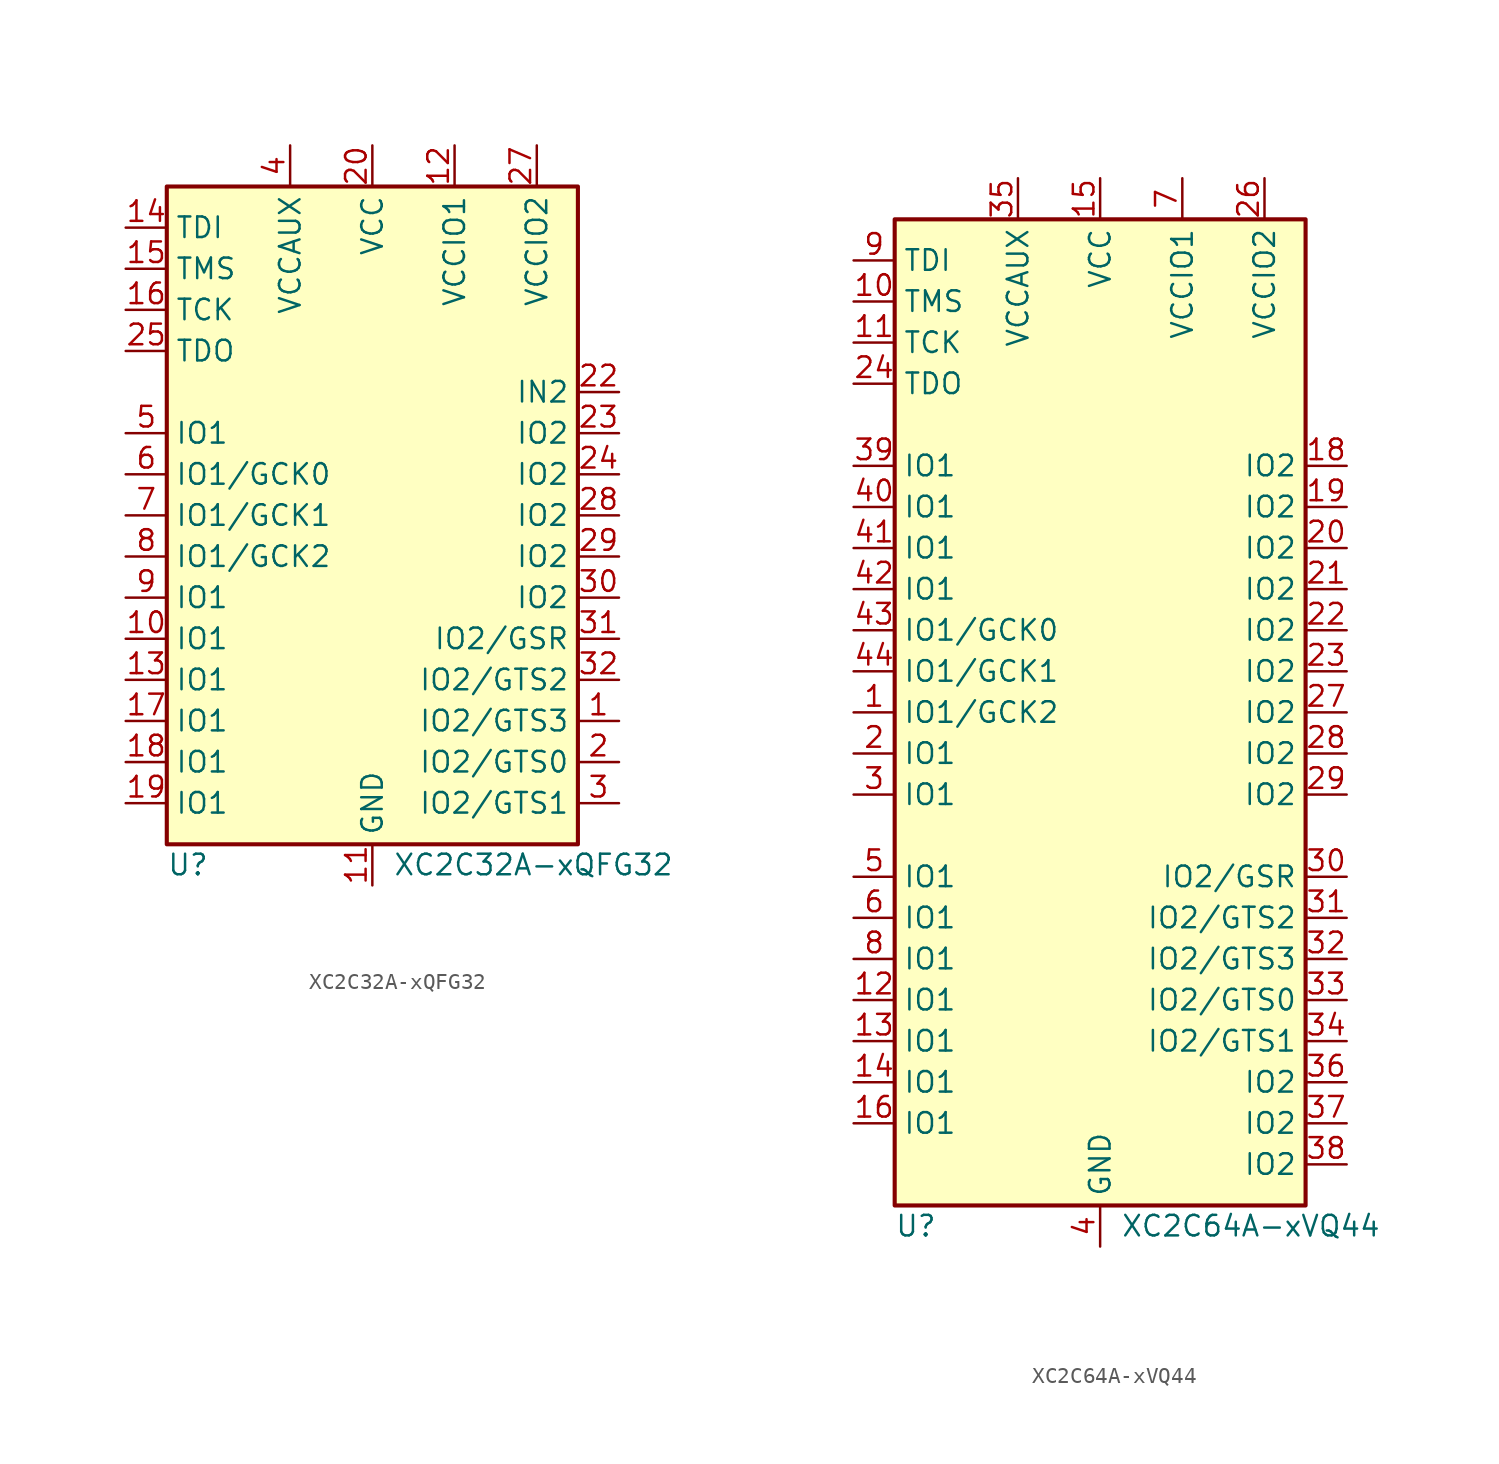
<source format=kicad_sym>
(kicad_symbol_lib
  (version 20241209)
  (generator "kicad_symbol_editor")
  (generator_version "9.0")
  (symbol "XC2C32A-xQFG32"
    (property "Reference" "U"
      (at -12.7 -21.59 0)
      (effects (font (size 1.27 1.27)) (justify left)))
    (property "Value" "XC2C32A-xQFG32"
      (at 1.27 -21.59 0)
      (effects (font (size 1.27 1.27)) (justify left)))
    (symbol "XC2C32A-xQFG32_0_1"
      (rectangle (start -12.7 20.32) (end 12.7 -20.32) (stroke (width 0.254) (type default)) (fill (type background))))
    (symbol "XC2C32A-xQFG32_1_1"
      (pin input line (at -15.24 17.78 0) (length 2.54) (name "TDI" (effects (font (size 1.27 1.27)))) (number "14" (effects (font (size 1.27 1.27)))))
      (pin input line (at -15.24 15.24 0) (length 2.54) (name "TMS" (effects (font (size 1.27 1.27)))) (number "15" (effects (font (size 1.27 1.27)))))
      (pin input line (at -15.24 12.7 0) (length 2.54) (name "TCK" (effects (font (size 1.27 1.27)))) (number "16" (effects (font (size 1.27 1.27)))))
      (pin output line (at -15.24 10.16 0) (length 2.54) (name "TDO" (effects (font (size 1.27 1.27)))) (number "25" (effects (font (size 1.27 1.27)))))
      (pin bidirectional line (at -15.24 5.08 0) (length 2.54) (name "IO1" (effects (font (size 1.27 1.27)))) (number "5" (effects (font (size 1.27 1.27)))))
      (pin bidirectional line (at -15.24 2.54 0) (length 2.54) (name "IO1/GCK0" (effects (font (size 1.27 1.27)))) (number "6" (effects (font (size 1.27 1.27)))))
      (pin bidirectional line (at -15.24 0 0) (length 2.54) (name "IO1/GCK1" (effects (font (size 1.27 1.27)))) (number "7" (effects (font (size 1.27 1.27)))))
      (pin bidirectional line (at -15.24 -2.54 0) (length 2.54) (name "IO1/GCK2" (effects (font (size 1.27 1.27)))) (number "8" (effects (font (size 1.27 1.27)))))
      (pin bidirectional line (at -15.24 -5.08 0) (length 2.54) (name "IO1" (effects (font (size 1.27 1.27)))) (number "9" (effects (font (size 1.27 1.27)))))
      (pin bidirectional line (at -15.24 -7.62 0) (length 2.54) (name "IO1" (effects (font (size 1.27 1.27)))) (number "10" (effects (font (size 1.27 1.27)))))
      (pin bidirectional line (at -15.24 -10.16 0) (length 2.54) (name "IO1" (effects (font (size 1.27 1.27)))) (number "13" (effects (font (size 1.27 1.27)))))
      (pin bidirectional line (at -15.24 -12.7 0) (length 2.54) (name "IO1" (effects (font (size 1.27 1.27)))) (number "17" (effects (font (size 1.27 1.27)))))
      (pin bidirectional line (at -15.24 -15.24 0) (length 2.54) (name "IO1" (effects (font (size 1.27 1.27)))) (number "18" (effects (font (size 1.27 1.27)))))
      (pin bidirectional line (at -15.24 -17.78 0) (length 2.54) (name "IO1" (effects (font (size 1.27 1.27)))) (number "19" (effects (font (size 1.27 1.27)))))
      (pin power_in line (at -5.08 22.86 270) (length 2.54) (name "VCCAUX" (effects (font (size 1.27 1.27)))) (number "4" (effects (font (size 1.27 1.27)))))
      (pin power_in line (at 0 22.86 270) (length 2.54) (name "VCC" (effects (font (size 1.27 1.27)))) (number "20" (effects (font (size 1.27 1.27)))))
      (pin power_in line (at 0 -22.86 90) (length 2.54) (name "GND" (effects (font (size 1.27 1.27)))) (number "11" (effects (font (size 1.27 1.27)))))
      (pin passive line (at 0 -22.86 90) (length 2.54) (hide yes) (name "GND" (effects (font (size 1.27 1.27)))) (number "21" (effects (font (size 1.27 1.27)))))
      (pin passive line (at 0 -22.86 90) (length 2.54) (hide yes) (name "GND" (effects (font (size 1.27 1.27)))) (number "26" (effects (font (size 1.27 1.27)))))
      (pin power_in line (at 5.08 22.86 270) (length 2.54) (name "VCCIO1" (effects (font (size 1.27 1.27)))) (number "12" (effects (font (size 1.27 1.27)))))
      (pin power_in line (at 10.16 22.86 270) (length 2.54) (name "VCCIO2" (effects (font (size 1.27 1.27)))) (number "27" (effects (font (size 1.27 1.27)))))
      (pin input line (at 15.24 7.62 180) (length 2.54) (name "IN2" (effects (font (size 1.27 1.27)))) (number "22" (effects (font (size 1.27 1.27)))))
      (pin bidirectional line (at 15.24 5.08 180) (length 2.54) (name "IO2" (effects (font (size 1.27 1.27)))) (number "23" (effects (font (size 1.27 1.27)))))
      (pin bidirectional line (at 15.24 2.54 180) (length 2.54) (name "IO2" (effects (font (size 1.27 1.27)))) (number "24" (effects (font (size 1.27 1.27)))))
      (pin bidirectional line (at 15.24 0 180) (length 2.54) (name "IO2" (effects (font (size 1.27 1.27)))) (number "28" (effects (font (size 1.27 1.27)))))
      (pin bidirectional line (at 15.24 -2.54 180) (length 2.54) (name "IO2" (effects (font (size 1.27 1.27)))) (number "29" (effects (font (size 1.27 1.27)))))
      (pin bidirectional line (at 15.24 -5.08 180) (length 2.54) (name "IO2" (effects (font (size 1.27 1.27)))) (number "30" (effects (font (size 1.27 1.27)))))
      (pin bidirectional line (at 15.24 -7.62 180) (length 2.54) (name "IO2/GSR" (effects (font (size 1.27 1.27)))) (number "31" (effects (font (size 1.27 1.27)))))
      (pin bidirectional line (at 15.24 -10.16 180) (length 2.54) (name "IO2/GTS2" (effects (font (size 1.27 1.27)))) (number "32" (effects (font (size 1.27 1.27)))))
      (pin bidirectional line (at 15.24 -12.7 180) (length 2.54) (name "IO2/GTS3" (effects (font (size 1.27 1.27)))) (number "1" (effects (font (size 1.27 1.27)))))
      (pin bidirectional line (at 15.24 -15.24 180) (length 2.54) (name "IO2/GTS0" (effects (font (size 1.27 1.27)))) (number "2" (effects (font (size 1.27 1.27)))))
      (pin bidirectional line (at 15.24 -17.78 180) (length 2.54) (name "IO2/GTS1" (effects (font (size 1.27 1.27)))) (number "3" (effects (font (size 1.27 1.27)))))))
  (symbol "XC2C64A-xVQ44"
    (property "Reference" "U"
      (at -12.7 -31.75 0)
      (effects (font (size 1.27 1.27)) (justify left)))
    (property "Value" "XC2C64A-xVQ44"
      (at 1.27 -31.75 0)
      (effects (font (size 1.27 1.27)) (justify left)))
    (symbol "XC2C64A-xVQ44_0_1"
      (rectangle (start -12.7 30.48) (end 12.7 -30.48) (stroke (width 0.254) (type default)) (fill (type background))))
    (symbol "XC2C64A-xVQ44_1_1"
      (pin input line (at -15.24 27.94 0) (length 2.54) (name "TDI" (effects (font (size 1.27 1.27)))) (number "9" (effects (font (size 1.27 1.27)))))
      (pin input line (at -15.24 25.4 0) (length 2.54) (name "TMS" (effects (font (size 1.27 1.27)))) (number "10" (effects (font (size 1.27 1.27)))))
      (pin input line (at -15.24 22.86 0) (length 2.54) (name "TCK" (effects (font (size 1.27 1.27)))) (number "11" (effects (font (size 1.27 1.27)))))
      (pin output line (at -15.24 20.32 0) (length 2.54) (name "TDO" (effects (font (size 1.27 1.27)))) (number "24" (effects (font (size 1.27 1.27)))))
      (pin bidirectional line (at -15.24 15.24 0) (length 2.54) (name "IO1" (effects (font (size 1.27 1.27)))) (number "39" (effects (font (size 1.27 1.27)))))
      (pin bidirectional line (at -15.24 12.7 0) (length 2.54) (name "IO1" (effects (font (size 1.27 1.27)))) (number "40" (effects (font (size 1.27 1.27)))))
      (pin bidirectional line (at -15.24 10.16 0) (length 2.54) (name "IO1" (effects (font (size 1.27 1.27)))) (number "41" (effects (font (size 1.27 1.27)))))
      (pin bidirectional line (at -15.24 7.62 0) (length 2.54) (name "IO1" (effects (font (size 1.27 1.27)))) (number "42" (effects (font (size 1.27 1.27)))))
      (pin bidirectional line (at -15.24 5.08 0) (length 2.54) (name "IO1/GCK0" (effects (font (size 1.27 1.27)))) (number "43" (effects (font (size 1.27 1.27)))))
      (pin bidirectional line (at -15.24 2.54 0) (length 2.54) (name "IO1/GCK1" (effects (font (size 1.27 1.27)))) (number "44" (effects (font (size 1.27 1.27)))))
      (pin bidirectional line (at -15.24 0 0) (length 2.54) (name "IO1/GCK2" (effects (font (size 1.27 1.27)))) (number "1" (effects (font (size 1.27 1.27)))))
      (pin bidirectional line (at -15.24 -2.54 0) (length 2.54) (name "IO1" (effects (font (size 1.27 1.27)))) (number "2" (effects (font (size 1.27 1.27)))))
      (pin bidirectional line (at -15.24 -5.08 0) (length 2.54) (name "IO1" (effects (font (size 1.27 1.27)))) (number "3" (effects (font (size 1.27 1.27)))))
      (pin bidirectional line (at -15.24 -10.16 0) (length 2.54) (name "IO1" (effects (font (size 1.27 1.27)))) (number "5" (effects (font (size 1.27 1.27)))))
      (pin bidirectional line (at -15.24 -12.7 0) (length 2.54) (name "IO1" (effects (font (size 1.27 1.27)))) (number "6" (effects (font (size 1.27 1.27)))))
      (pin bidirectional line (at -15.24 -15.24 0) (length 2.54) (name "IO1" (effects (font (size 1.27 1.27)))) (number "8" (effects (font (size 1.27 1.27)))))
      (pin bidirectional line (at -15.24 -17.78 0) (length 2.54) (name "IO1" (effects (font (size 1.27 1.27)))) (number "12" (effects (font (size 1.27 1.27)))))
      (pin bidirectional line (at -15.24 -20.32 0) (length 2.54) (name "IO1" (effects (font (size 1.27 1.27)))) (number "13" (effects (font (size 1.27 1.27)))))
      (pin bidirectional line (at -15.24 -22.86 0) (length 2.54) (name "IO1" (effects (font (size 1.27 1.27)))) (number "14" (effects (font (size 1.27 1.27)))))
      (pin bidirectional line (at -15.24 -25.4 0) (length 2.54) (name "IO1" (effects (font (size 1.27 1.27)))) (number "16" (effects (font (size 1.27 1.27)))))
      (pin power_in line (at -5.08 33.02 270) (length 2.54) (name "VCCAUX" (effects (font (size 1.27 1.27)))) (number "35" (effects (font (size 1.27 1.27)))))
      (pin power_in line (at 0 33.02 270) (length 2.54) (name "VCC" (effects (font (size 1.27 1.27)))) (number "15" (effects (font (size 1.27 1.27)))))
      (pin passive line (at 0 -33.02 90) (length 2.54) (hide yes) (name "GND" (effects (font (size 1.27 1.27)))) (number "17" (effects (font (size 1.27 1.27)))))
      (pin passive line (at 0 -33.02 90) (length 2.54) (hide yes) (name "GND" (effects (font (size 1.27 1.27)))) (number "25" (effects (font (size 1.27 1.27)))))
      (pin power_in line (at 0 -33.02 90) (length 2.54) (name "GND" (effects (font (size 1.27 1.27)))) (number "4" (effects (font (size 1.27 1.27)))))
      (pin power_in line (at 5.08 33.02 270) (length 2.54) (name "VCCIO1" (effects (font (size 1.27 1.27)))) (number "7" (effects (font (size 1.27 1.27)))))
      (pin power_in line (at 10.16 33.02 270) (length 2.54) (name "VCCIO2" (effects (font (size 1.27 1.27)))) (number "26" (effects (font (size 1.27 1.27)))))
      (pin bidirectional line (at 15.24 15.24 180) (length 2.54) (name "IO2" (effects (font (size 1.27 1.27)))) (number "18" (effects (font (size 1.27 1.27)))))
      (pin bidirectional line (at 15.24 12.7 180) (length 2.54) (name "IO2" (effects (font (size 1.27 1.27)))) (number "19" (effects (font (size 1.27 1.27)))))
      (pin bidirectional line (at 15.24 10.16 180) (length 2.54) (name "IO2" (effects (font (size 1.27 1.27)))) (number "20" (effects (font (size 1.27 1.27)))))
      (pin bidirectional line (at 15.24 7.62 180) (length 2.54) (name "IO2" (effects (font (size 1.27 1.27)))) (number "21" (effects (font (size 1.27 1.27)))))
      (pin bidirectional line (at 15.24 5.08 180) (length 2.54) (name "IO2" (effects (font (size 1.27 1.27)))) (number "22" (effects (font (size 1.27 1.27)))))
      (pin bidirectional line (at 15.24 2.54 180) (length 2.54) (name "IO2" (effects (font (size 1.27 1.27)))) (number "23" (effects (font (size 1.27 1.27)))))
      (pin bidirectional line (at 15.24 0 180) (length 2.54) (name "IO2" (effects (font (size 1.27 1.27)))) (number "27" (effects (font (size 1.27 1.27)))))
      (pin bidirectional line (at 15.24 -2.54 180) (length 2.54) (name "IO2" (effects (font (size 1.27 1.27)))) (number "28" (effects (font (size 1.27 1.27)))))
      (pin bidirectional line (at 15.24 -5.08 180) (length 2.54) (name "IO2" (effects (font (size 1.27 1.27)))) (number "29" (effects (font (size 1.27 1.27)))))
      (pin bidirectional line (at 15.24 -10.16 180) (length 2.54) (name "IO2/GSR" (effects (font (size 1.27 1.27)))) (number "30" (effects (font (size 1.27 1.27)))))
      (pin bidirectional line (at 15.24 -12.7 180) (length 2.54) (name "IO2/GTS2" (effects (font (size 1.27 1.27)))) (number "31" (effects (font (size 1.27 1.27)))))
      (pin bidirectional line (at 15.24 -15.24 180) (length 2.54) (name "IO2/GTS3" (effects (font (size 1.27 1.27)))) (number "32" (effects (font (size 1.27 1.27)))))
      (pin bidirectional line (at 15.24 -17.78 180) (length 2.54) (name "IO2/GTS0" (effects (font (size 1.27 1.27)))) (number "33" (effects (font (size 1.27 1.27)))))
      (pin bidirectional line (at 15.24 -20.32 180) (length 2.54) (name "IO2/GTS1" (effects (font (size 1.27 1.27)))) (number "34" (effects (font (size 1.27 1.27)))))
      (pin bidirectional line (at 15.24 -22.86 180) (length 2.54) (name "IO2" (effects (font (size 1.27 1.27)))) (number "36" (effects (font (size 1.27 1.27)))))
      (pin bidirectional line (at 15.24 -25.4 180) (length 2.54) (name "IO2" (effects (font (size 1.27 1.27)))) (number "37" (effects (font (size 1.27 1.27)))))
      (pin bidirectional line (at 15.24 -27.94 180) (length 2.54) (name "IO2" (effects (font (size 1.27 1.27)))) (number "38" (effects (font (size 1.27 1.27))))))))
</source>
